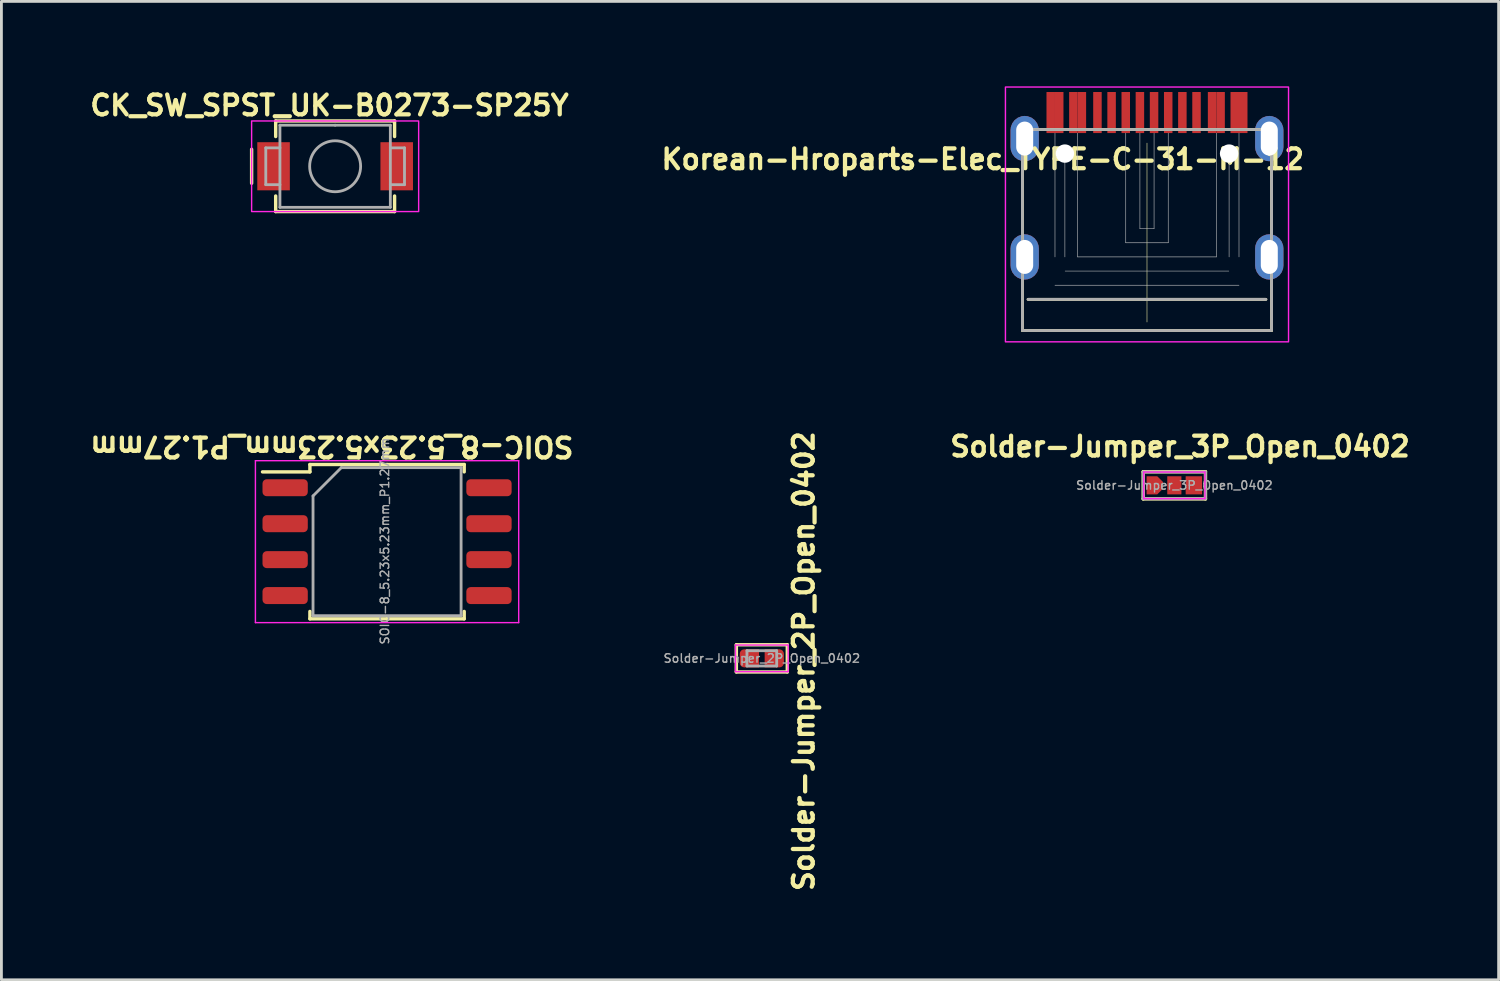
<source format=kicad_pcb>
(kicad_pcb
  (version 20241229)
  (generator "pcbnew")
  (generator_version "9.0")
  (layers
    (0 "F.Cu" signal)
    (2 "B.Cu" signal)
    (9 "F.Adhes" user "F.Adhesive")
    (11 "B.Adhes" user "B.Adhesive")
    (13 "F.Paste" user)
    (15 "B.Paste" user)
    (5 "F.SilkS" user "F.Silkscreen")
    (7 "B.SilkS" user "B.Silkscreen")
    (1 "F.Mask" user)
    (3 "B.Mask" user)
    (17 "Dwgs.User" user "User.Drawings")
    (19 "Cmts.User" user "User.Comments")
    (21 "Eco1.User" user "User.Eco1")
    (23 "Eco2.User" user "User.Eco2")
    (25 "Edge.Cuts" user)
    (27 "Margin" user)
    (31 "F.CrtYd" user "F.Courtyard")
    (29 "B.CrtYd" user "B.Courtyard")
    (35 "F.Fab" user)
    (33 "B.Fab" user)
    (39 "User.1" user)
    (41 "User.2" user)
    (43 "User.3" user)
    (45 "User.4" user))
  (footprint "Solder-Jumper_2P_Open_0402"
    (layer "F.Cu")
    (at 23.86 20.205)
    (property "Reference" "Solder-Jumper_2P_Open_0402" (at 1.48 0.1 90) (layer "F.SilkS") (effects (font (size 0.7 0.7) (thickness 0.15))))
    (attr smd)
    (fp_line (start -0.9 -0.48) (end -0.9 0.48) (stroke (width 0.12) (type solid)) (layer "F.SilkS"))
    (fp_line (start -0.9 -0.48) (end 0.9 -0.48) (stroke (width 0.12) (type solid)) (layer "F.SilkS"))
    (fp_line (start -0.9 0.48) (end 0.9 0.48) (stroke (width 0.12) (type solid)) (layer "F.SilkS"))
    (fp_line (start 0.9 -0.48) (end 0.9 0.48) (stroke (width 0.12) (type solid)) (layer "F.SilkS"))
    (fp_line (start -0.93 -0.47) (end 0.93 -0.47) (stroke (width 0.05) (type solid)) (layer "F.CrtYd"))
    (fp_line (start -0.93 0.47) (end -0.93 -0.47) (stroke (width 0.05) (type solid)) (layer "F.CrtYd"))
    (fp_line (start 0.93 -0.47) (end 0.93 0.47) (stroke (width 0.05) (type solid)) (layer "F.CrtYd"))
    (fp_line (start 0.93 0.47) (end -0.93 0.47) (stroke (width 0.05) (type solid)) (layer "F.CrtYd"))
    (fp_line (start -0.525 -0.27) (end 0.525 -0.27) (stroke (width 0.1) (type solid)) (layer "F.Fab"))
    (fp_line (start -0.525 0.27) (end -0.525 -0.27) (stroke (width 0.1) (type solid)) (layer "F.Fab"))
    (fp_line (start 0.525 -0.27) (end 0.525 0.27) (stroke (width 0.1) (type solid)) (layer "F.Fab"))
    (fp_line (start 0.525 0.27) (end -0.525 0.27) (stroke (width 0.1) (type solid)) (layer "F.Fab"))
    (fp_text user "${REFERENCE}" (at 0 0 180) (layer "F.Fab") (effects (font (size 0.3 0.3) (thickness 0.05))))
    (pad "1" smd roundrect (at -0.44 0) (size 0.68 0.64) (layers "F.Cu" "F.Mask" "F.Paste") (roundrect_rratio 0.25) (chamfer_ratio 0) (chamfer top_right bottom_right))
    (pad "2" smd roundrect (at 0.44 0) (size 0.68 0.64) (layers "F.Cu" "F.Mask" "F.Paste") (roundrect_rratio 0.25) (chamfer_ratio 0) (chamfer top_left bottom_left)))
  (footprint "Solder-Jumper_3P_Open_0402"
    (layer "F.Cu")
    (at 38.431 14.093)
    (property "Reference" "Solder-Jumper_3P_Open_0402" (at 0.2 -1.37 0) (layer "F.SilkS") (effects (font (size 0.7 0.7) (thickness 0.15))))
    (attr smd)
    (fp_line (start -1.1 -0.48) (end -1.1 0.48) (stroke (width 0.12) (type solid)) (layer "F.SilkS"))
    (fp_line (start -1.1 -0.48) (end 1.1 -0.48) (stroke (width 0.12) (type solid)) (layer "F.SilkS"))
    (fp_line (start -1.1 0.48) (end 1.1 0.48) (stroke (width 0.12) (type solid)) (layer "F.SilkS"))
    (fp_line (start 1.1 -0.48) (end 1.1 0.48) (stroke (width 0.12) (type solid)) (layer "F.SilkS"))
    (fp_line (start -1.08 -0.47) (end 1.08 -0.47) (stroke (width 0.05) (type solid)) (layer "F.CrtYd"))
    (fp_line (start -1.08 0.47) (end -1.08 -0.47) (stroke (width 0.05) (type solid)) (layer "F.CrtYd"))
    (fp_line (start 1.08 -0.47) (end 1.08 0.47) (stroke (width 0.05) (type solid)) (layer "F.CrtYd"))
    (fp_line (start 1.08 0.47) (end -1.08 0.47) (stroke (width 0.05) (type solid)) (layer "F.CrtYd"))
    (fp_line (start -1.1 -0.47) (end 1.1 -0.47) (stroke (width 0.1) (type solid)) (layer "F.Fab"))
    (fp_line (start -1.1 0.47) (end -1.1 -0.47) (stroke (width 0.1) (type solid)) (layer "F.Fab"))
    (fp_line (start 1.1 -0.47) (end 1.1 0.47) (stroke (width 0.1) (type solid)) (layer "F.Fab"))
    (fp_line (start 1.1 0.47) (end -1.1 0.47) (stroke (width 0.1) (type solid)) (layer "F.Fab"))
    (fp_text user "${REFERENCE}" (at 0 0 0) (layer "F.Fab") (effects (font (size 0.3 0.3) (thickness 0.05))))
    (pad "1" smd roundrect (at -0.69 0 180) (size 0.58 0.64) (layers "F.Cu" "F.Mask" "F.Paste") (roundrect_rratio 0) (chamfer_ratio 0.35) (chamfer top_left bottom_left))
    (pad "2" smd rect (at 0 0 180) (size 0.5 0.64) (layers "F.Cu" "F.Mask" "F.Paste"))
    (pad "3" smd rect (at 0.69 0 180) (size 0.58 0.64) (layers "F.Cu" "F.Mask" "F.Paste")))
  (footprint "CK_SW_SPST_UK-B0273-SP25Y"
    (layer "F.Cu")
    (at 8.788 2.823)
    (property "Reference" "CK_SW_SPST_UK-B0273-SP25Y" (at -0.2 -2.15 0) (layer "F.SilkS") (effects (font (size 0.7 0.7) (thickness 0.15))))
    (attr smd)
    (fp_line (start -2.95 -0.6) (end -2.95 0.6) (stroke (width 0.12) (type solid)) (layer "F.SilkS"))
    (fp_line (start -2.1 -1.6) (end 2.1 -1.6) (stroke (width 0.12) (type solid)) (layer "F.SilkS"))
    (fp_line (start -2.1 -1.05) (end -2.1 -1.6) (stroke (width 0.12) (type solid)) (layer "F.SilkS"))
    (fp_line (start -2.1 1.05) (end -2.1 1.6) (stroke (width 0.12) (type solid)) (layer "F.SilkS"))
    (fp_line (start -2.1 1.6) (end 2.1 1.6) (stroke (width 0.12) (type solid)) (layer "F.SilkS"))
    (fp_line (start 2.1 -1.6) (end 2.1 -1.05) (stroke (width 0.12) (type solid)) (layer "F.SilkS"))
    (fp_line (start 2.1 1.6) (end 2.1 1.05) (stroke (width 0.12) (type solid)) (layer "F.SilkS"))
    (fp_rect (start -2.95 -1.6) (end 2.95 1.6) (stroke (width 0.05) (type solid)) (fill no) (layer "F.CrtYd"))
    (fp_line (start -2.45 -0.65) (end -2.45 0.65) (stroke (width 0.1) (type solid)) (layer "F.Fab"))
    (fp_line (start -2.45 -0.65) (end -1.95 -0.65) (stroke (width 0.1) (type solid)) (layer "F.Fab"))
    (fp_line (start -2.45 0.65) (end -1.95 0.65) (stroke (width 0.1) (type solid)) (layer "F.Fab"))
    (fp_line (start -1.95 -1.45) (end -1.95 1.45) (stroke (width 0.1) (type solid)) (layer "F.Fab"))
    (fp_line (start -1.95 1.45) (end 1.95 1.45) (stroke (width 0.1) (type solid)) (layer "F.Fab"))
    (fp_line (start 0 -1.45) (end -1.95 -1.45) (stroke (width 0.1) (type solid)) (layer "F.Fab"))
    (fp_line (start 1.95 -1.45) (end 0 -1.45) (stroke (width 0.1) (type solid)) (layer "F.Fab"))
    (fp_line (start 1.95 1.45) (end 1.95 -1.45) (stroke (width 0.1) (type solid)) (layer "F.Fab"))
    (fp_line (start 2.45 -0.65) (end 1.95 -0.65) (stroke (width 0.1) (type solid)) (layer "F.Fab"))
    (fp_line (start 2.45 -0.65) (end 2.45 0.65) (stroke (width 0.1) (type solid)) (layer "F.Fab"))
    (fp_line (start 2.45 0.65) (end 1.95 0.65) (stroke (width 0.1) (type solid)) (layer "F.Fab"))
    (fp_circle (center 0 0) (end 0.9 0) (stroke (width 0.1) (type solid)) (fill no) (layer "F.Fab"))
    (pad "1" smd rect (at -2.175 0) (size 1.15 1.7) (layers "F.Cu" "F.Mask" "F.Paste"))
    (pad "2" smd rect (at 2.175 0) (size 1.15 1.7) (layers "F.Cu" "F.Mask" "F.Paste")))
  (footprint "Korean-Hroparts-Elec_TYPE-C-31-M-12"
    (layer "F.Cu")
    (at 37.465 6.025)
    (property "Reference" "Korean-Hroparts-Elec_TYPE-C-31-M-12" (at -5.8 -3.45 180) (layer "F.SilkS") (effects (font (size 0.7 0.7) (thickness 0.15))))
    (attr smd)
    (fp_line (start -4.4 -4.5) (end -4.4 2.6) (stroke (width 0.1) (type solid)) (layer "F.SilkS"))
    (fp_line (start -4.4 -4.5) (end 4.4 -4.5) (stroke (width 0.1) (type solid)) (layer "F.SilkS"))
    (fp_line (start 0 -4.02) (end 0 2.3) (stroke (width 0.02) (type solid)) (layer "F.SilkS"))
    (fp_line (start 4.2 1.5) (end -4.2 1.5) (stroke (width 0.1) (type solid)) (layer "F.SilkS"))
    (fp_line (start 4.4 -4.5) (end 4.4 2.6) (stroke (width 0.1) (type solid)) (layer "F.SilkS"))
    (fp_line (start 4.4 2.6) (end -4.4 2.6) (stroke (width 0.1) (type solid)) (layer "F.SilkS"))
    (fp_line (start -3.25 -4.37) (end -3.25 0) (stroke (width 0.02) (type solid)) (layer "Dwgs.User"))
    (fp_line (start -3.25 1) (end 3.25 1) (stroke (width 0.02) (type solid)) (layer "Dwgs.User"))
    (fp_line (start -2.9 -3.65) (end -2.9 0) (stroke (width 0.02) (type solid)) (layer "Dwgs.User"))
    (fp_line (start -2.89 0.5) (end 2.89 0.5) (stroke (width 0.02) (type solid)) (layer "Dwgs.User"))
    (fp_line (start -2.45 -4.37) (end -2.45 0) (stroke (width 0.02) (type solid)) (layer "Dwgs.User"))
    (fp_line (start -2.45 0) (end 2.45 0) (stroke (width 0.02) (type solid)) (layer "Dwgs.User"))
    (fp_line (start -0.75 -4.37) (end -0.75 -0.5) (stroke (width 0.02) (type solid)) (layer "Dwgs.User"))
    (fp_line (start -0.75 -0.5) (end 0.75 -0.5) (stroke (width 0.02) (type solid)) (layer "Dwgs.User"))
    (fp_line (start -0.25 -4.37) (end -0.25 -1) (stroke (width 0.02) (type solid)) (layer "Dwgs.User"))
    (fp_line (start -0.25 -1) (end 0.25 -1) (stroke (width 0.02) (type solid)) (layer "Dwgs.User"))
    (fp_line (start 0.25 -4.37) (end 0.25 -1) (stroke (width 0.02) (type solid)) (layer "Dwgs.User"))
    (fp_line (start 0.75 -4.37) (end 0.75 -0.5) (stroke (width 0.02) (type solid)) (layer "Dwgs.User"))
    (fp_line (start 2.45 -4.37) (end 2.45 0) (stroke (width 0.02) (type solid)) (layer "Dwgs.User"))
    (fp_line (start 2.9 -3.65) (end 2.9 0) (stroke (width 0.02) (type solid)) (layer "Dwgs.User"))
    (fp_line (start 3.25 -4.37) (end 3.25 0) (stroke (width 0.02) (type solid)) (layer "Dwgs.User"))
    (fp_rect (start -5 -6) (end 5 3) (stroke (width 0.05) (type solid)) (fill no) (layer "F.CrtYd"))
    (fp_line (start -4.2 1.5) (end 4.2 1.5) (stroke (width 0.1) (type solid)) (layer "F.Fab"))
    (fp_rect (start -4.4 -4.5) (end 4.4 2.6) (stroke (width 0.1) (type solid)) (fill no) (layer "F.Fab"))
    (pad "" np_thru_hole circle (at -2.9 -3.65) (size 0.65 0.65) (drill 0.65) (layers "*.Cu" "*.Mask"))
    (pad "" np_thru_hole circle (at 2.9 -3.65) (size 0.65 0.65) (drill 0.65) (layers "*.Cu" "*.Mask"))
    (pad "A1" smd rect (at -3.4 -5.1) (size 0.3 1.45) (layers "F.Cu" "F.Mask" "F.Paste"))
    (pad "A4" smd rect (at -2.6 -5.1) (size 0.3 1.45) (layers "F.Cu" "F.Mask" "F.Paste"))
    (pad "A5" smd rect (at -1.25 -5.1) (size 0.3 1.45) (layers "F.Cu" "F.Mask" "F.Paste"))
    (pad "A6" smd rect (at -0.25 -5.1) (size 0.3 1.45) (layers "F.Cu" "F.Mask" "F.Paste"))
    (pad "A7" smd rect (at 0.25 -5.1) (size 0.3 1.45) (layers "F.Cu" "F.Mask" "F.Paste"))
    (pad "A8" smd rect (at 1.25 -5.1) (size 0.3 1.45) (layers "F.Cu" "F.Mask" "F.Paste"))
    (pad "A9" smd rect (at 2.6 -5.1) (size 0.3 1.45) (layers "F.Cu" "F.Mask" "F.Paste"))
    (pad "A12" smd rect (at 3.4 -5.1) (size 0.3 1.45) (layers "F.Cu" "F.Mask" "F.Paste"))
    (pad "B1" smd rect (at 3.1 -5.1) (size 0.3 1.45) (layers "F.Cu" "F.Mask" "F.Paste"))
    (pad "B4" smd rect (at 2.3 -5.1) (size 0.3 1.45) (layers "F.Cu" "F.Mask" "F.Paste"))
    (pad "B5" smd rect (at 1.75 -5.1) (size 0.3 1.45) (layers "F.Cu" "F.Mask" "F.Paste"))
    (pad "B6" smd rect (at 0.75 -5.1) (size 0.3 1.45) (layers "F.Cu" "F.Mask" "F.Paste"))
    (pad "B7" smd rect (at -0.75 -5.1) (size 0.3 1.45) (layers "F.Cu" "F.Mask" "F.Paste"))
    (pad "B8" smd rect (at -1.75 -5.1) (size 0.3 1.45) (layers "F.Cu" "F.Mask" "F.Paste"))
    (pad "B9" smd rect (at -2.3 -5.1) (size 0.3 1.45) (layers "F.Cu" "F.Mask" "F.Paste"))
    (pad "B12" smd rect (at -3.1 -5.1) (size 0.3 1.45) (layers "F.Cu" "F.Mask" "F.Paste"))
    (pad "S1" thru_hole roundrect (at -4.32 -4.18) (size 1 1.6) (drill oval 0.6 1.2) (layers "*.Cu" "*.Mask") (roundrect_rratio 0.5))
    (pad "S1" thru_hole roundrect (at -4.32 0) (size 1 1.6) (drill oval 0.6 1.2) (layers "*.Cu" "*.Mask") (roundrect_rratio 0.5))
    (pad "S1" thru_hole roundrect (at 4.32 -4.18) (size 1 1.6) (drill oval 0.6 1.2) (layers "*.Cu" "*.Mask") (roundrect_rratio 0.5))
    (pad "S1" thru_hole roundrect (at 4.32 0) (size 1 1.6) (drill oval 0.6 1.2) (layers "*.Cu" "*.Mask") (roundrect_rratio 0.5)))
  (footprint "SOIC-8_5.23x5.23mm_P1.27mm"
    (layer "F.Cu")
    (at 10.622 16.083)
    (property "Reference" "SOIC-8_5.23x5.23mm_P1.27mm" (at -1.95 -3.36 180) (unlocked yes) (layer "F.SilkS") (effects (font (size 0.7 0.7) (thickness 0.15))))
    (attr smd)
    (fp_line (start -2.725 -2.725) (end -2.725 -2.465) (stroke (width 0.12) (type solid)) (layer "F.SilkS"))
    (fp_line (start -2.725 -2.465) (end -4.4 -2.465) (stroke (width 0.12) (type solid)) (layer "F.SilkS"))
    (fp_line (start -2.725 2.725) (end -2.725 2.465) (stroke (width 0.12) (type solid)) (layer "F.SilkS"))
    (fp_line (start 0 -2.725) (end -2.725 -2.725) (stroke (width 0.12) (type solid)) (layer "F.SilkS"))
    (fp_line (start 0 -2.725) (end 2.725 -2.725) (stroke (width 0.12) (type solid)) (layer "F.SilkS"))
    (fp_line (start 0 2.725) (end -2.725 2.725) (stroke (width 0.12) (type solid)) (layer "F.SilkS"))
    (fp_line (start 0 2.725) (end 2.725 2.725) (stroke (width 0.12) (type solid)) (layer "F.SilkS"))
    (fp_line (start 2.725 -2.725) (end 2.725 -2.465) (stroke (width 0.12) (type solid)) (layer "F.SilkS"))
    (fp_line (start 2.725 2.725) (end 2.725 2.465) (stroke (width 0.12) (type solid)) (layer "F.SilkS"))
    (fp_line (start -4.65 -2.86) (end -4.65 2.86) (stroke (width 0.05) (type solid)) (layer "F.CrtYd"))
    (fp_line (start -4.65 2.86) (end 4.65 2.86) (stroke (width 0.05) (type solid)) (layer "F.CrtYd"))
    (fp_line (start 4.65 -2.86) (end -4.65 -2.86) (stroke (width 0.05) (type solid)) (layer "F.CrtYd"))
    (fp_line (start 4.65 2.86) (end 4.65 -2.86) (stroke (width 0.05) (type solid)) (layer "F.CrtYd"))
    (fp_line (start -2.615 -1.615) (end -1.615 -2.615) (stroke (width 0.1) (type solid)) (layer "F.Fab"))
    (fp_line (start -2.615 2.615) (end -2.615 -1.615) (stroke (width 0.1) (type solid)) (layer "F.Fab"))
    (fp_line (start -1.615 -2.615) (end 2.615 -2.615) (stroke (width 0.1) (type solid)) (layer "F.Fab"))
    (fp_line (start 2.615 -2.615) (end 2.615 2.615) (stroke (width 0.1) (type solid)) (layer "F.Fab"))
    (fp_line (start 2.615 2.615) (end -2.615 2.615) (stroke (width 0.1) (type solid)) (layer "F.Fab"))
    (fp_text user "${REFERENCE}" (at -0.08 -0.02 90) (layer "F.Fab") (effects (font (size 0.3 0.3) (thickness 0.05))))
    (pad "1" smd roundrect (at -3.6 -1.905) (size 1.6 0.6) (layers "F.Cu" "F.Mask" "F.Paste") (roundrect_rratio 0.25))
    (pad "2" smd roundrect (at -3.6 -0.635) (size 1.6 0.6) (layers "F.Cu" "F.Mask" "F.Paste") (roundrect_rratio 0.25))
    (pad "3" smd roundrect (at -3.6 0.635) (size 1.6 0.6) (layers "F.Cu" "F.Mask" "F.Paste") (roundrect_rratio 0.25))
    (pad "4" smd roundrect (at -3.6 1.905) (size 1.6 0.6) (layers "F.Cu" "F.Mask" "F.Paste") (roundrect_rratio 0.25))
    (pad "5" smd roundrect (at 3.6 1.905) (size 1.6 0.6) (layers "F.Cu" "F.Mask" "F.Paste") (roundrect_rratio 0.25))
    (pad "6" smd roundrect (at 3.6 0.635) (size 1.6 0.6) (layers "F.Cu" "F.Mask" "F.Paste") (roundrect_rratio 0.25))
    (pad "7" smd roundrect (at 3.6 -0.635) (size 1.6 0.6) (layers "F.Cu" "F.Mask" "F.Paste") (roundrect_rratio 0.25))
    (pad "8" smd roundrect (at 3.6 -1.905) (size 1.6 0.6) (layers "F.Cu" "F.Mask" "F.Paste") (roundrect_rratio 0.25)))
  (gr_rect
    (start -3 -3)
    (end 49.886 31.56)
    (stroke (width 0.1) (type default))
    (fill no)
    (layer "Edge.Cuts")))
</source>
